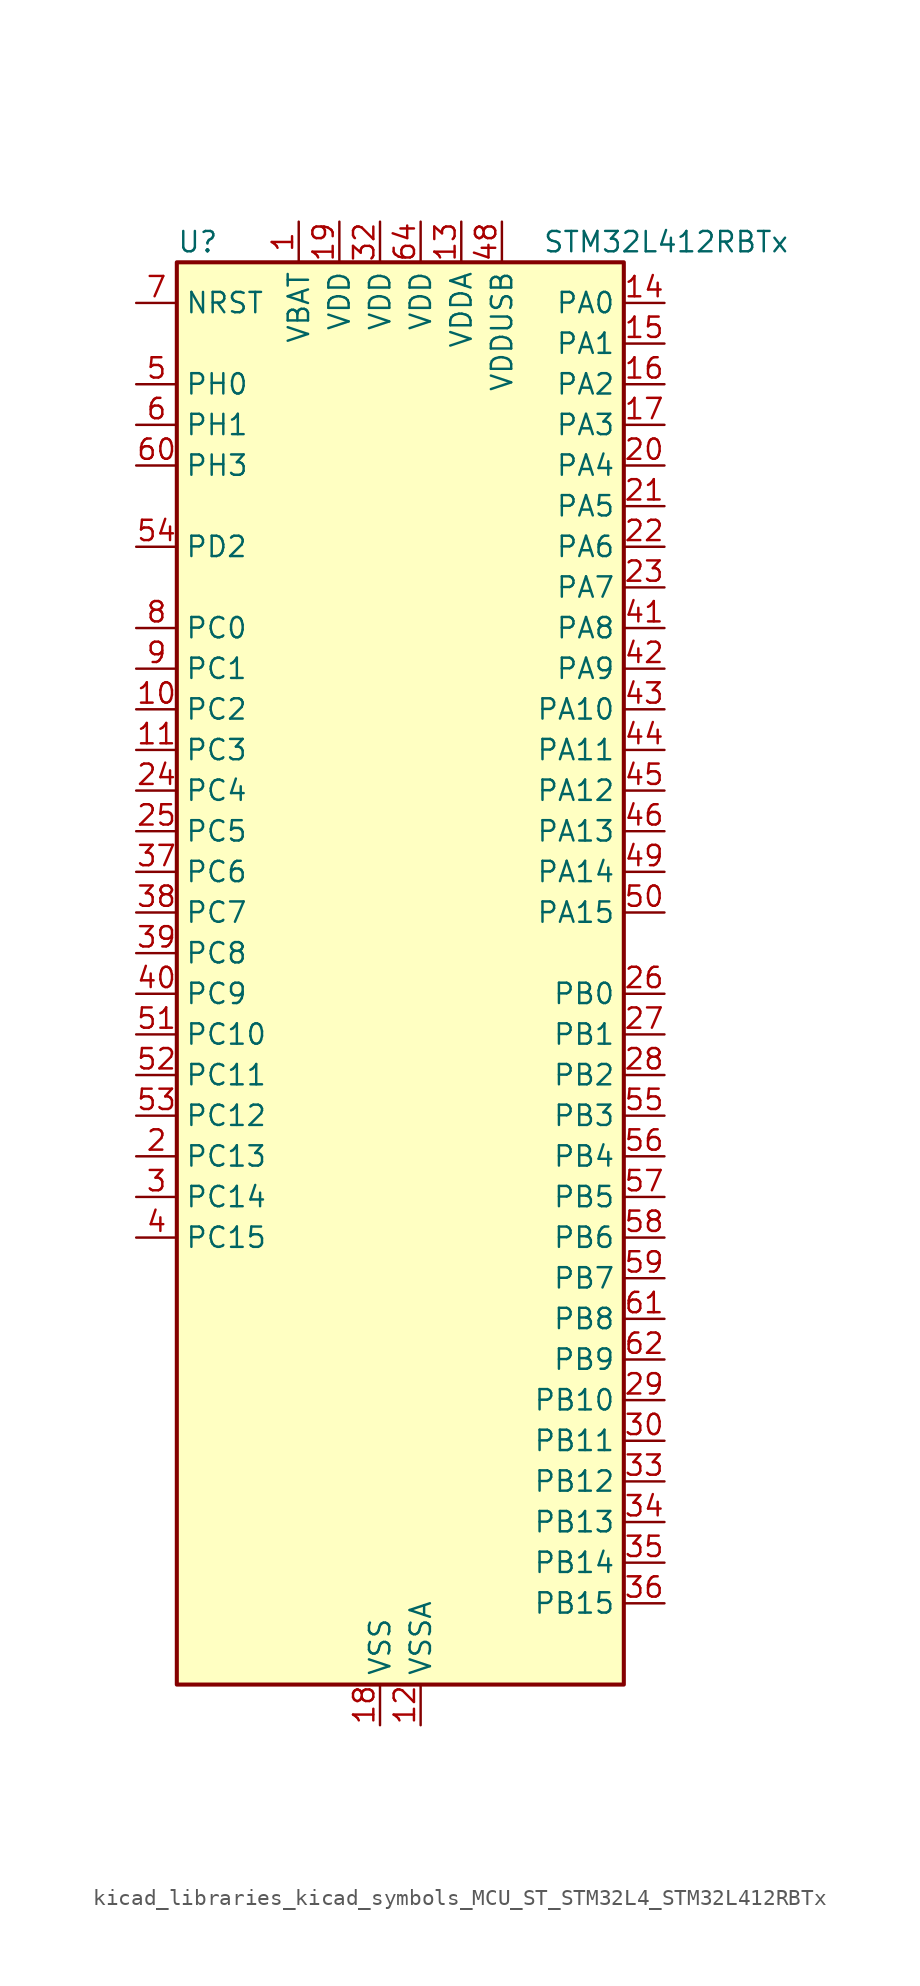
<source format=kicad_sym>
(kicad_symbol_lib
  (version 20220914)
  (generator kicad_symbol_editor)
  (symbol "kicad_libraries_kicad_symbols_MCU_ST_STM32L4_STM32L412RBTx"
    (property "Reference" "U"
      (at -12.7 46.99 0)
      (effects (font (size 1.27 1.27)) (justify left)))
    (property "Value" "STM32L412RBTx"
      (at 10.16 46.99 0)
      (effects (font (size 1.27 1.27)) (justify left)))
    (property "ki_locked" ""
      (at 0 0 0)
      (effects (font (size 1.27 1.27))))
    (symbol "kicad_libraries_kicad_symbols_MCU_ST_STM32L4_STM32L412RBTx_0_1"
      (rectangle (start -12.7 -43.18) (end 15.24 45.72) (stroke (width 0.254) (type default)) (fill (type background))))
    (symbol "kicad_libraries_kicad_symbols_MCU_ST_STM32L4_STM32L412RBTx_1_1"
      (pin power_in line (at -5.08 48.26 270) (length 2.54) (name "VBAT" (effects (font (size 1.27 1.27)))) (number "1" (effects (font (size 1.27 1.27)))))
      (pin bidirectional line (at -15.24 17.78 0) (length 2.54) (name "PC2" (effects (font (size 1.27 1.27)))) (number "10" (effects (font (size 1.27 1.27)))) (alternate "ADC1_IN3" bidirectional line) (alternate "ADC2_IN3" bidirectional line) (alternate "LPTIM1_IN2" bidirectional line) (alternate "SPI2_MISO" bidirectional line))
      (pin bidirectional line (at -15.24 15.24 0) (length 2.54) (name "PC3" (effects (font (size 1.27 1.27)))) (number "11" (effects (font (size 1.27 1.27)))) (alternate "ADC1_IN4" bidirectional line) (alternate "ADC2_IN4" bidirectional line) (alternate "LPTIM1_ETR" bidirectional line) (alternate "LPTIM2_ETR" bidirectional line) (alternate "SPI2_MOSI" bidirectional line))
      (pin power_in line (at 2.54 -45.72 90) (length 2.54) (name "VSSA" (effects (font (size 1.27 1.27)))) (number "12" (effects (font (size 1.27 1.27)))))
      (pin power_in line (at 5.08 48.26 270) (length 2.54) (name "VDDA" (effects (font (size 1.27 1.27)))) (number "13" (effects (font (size 1.27 1.27)))))
      (pin bidirectional line (at 17.78 43.18 180) (length 2.54) (name "PA0" (effects (font (size 1.27 1.27)))) (number "14" (effects (font (size 1.27 1.27)))) (alternate "ADC1_IN5" bidirectional line) (alternate "COMP1_INM" bidirectional line) (alternate "COMP1_OUT" bidirectional line) (alternate "OPAMP1_VINP" bidirectional line) (alternate "RTC_TAMP2" bidirectional line) (alternate "SYS_WKUP1" bidirectional line) (alternate "TIM2_CH1" bidirectional line) (alternate "TIM2_ETR" bidirectional line) (alternate "USART2_CTS" bidirectional line))
      (pin bidirectional line (at 17.78 40.64 180) (length 2.54) (name "PA1" (effects (font (size 1.27 1.27)))) (number "15" (effects (font (size 1.27 1.27)))) (alternate "ADC1_IN6" bidirectional line) (alternate "COMP1_INP" bidirectional line) (alternate "I2C1_SMBA" bidirectional line) (alternate "OPAMP1_VINM" bidirectional line) (alternate "SPI1_SCK" bidirectional line) (alternate "TIM15_CH1N" bidirectional line) (alternate "TIM2_CH2" bidirectional line) (alternate "USART2_DE" bidirectional line) (alternate "USART2_RTS" bidirectional line))
      (pin bidirectional line (at 17.78 38.1 180) (length 2.54) (name "PA2" (effects (font (size 1.27 1.27)))) (number "16" (effects (font (size 1.27 1.27)))) (alternate "ADC1_IN7" bidirectional line) (alternate "ADC2_IN7" bidirectional line) (alternate "LPUART1_TX" bidirectional line) (alternate "QUADSPI_BK1_NCS" bidirectional line) (alternate "RCC_LSCO" bidirectional line) (alternate "SYS_WKUP4" bidirectional line) (alternate "TIM15_CH1" bidirectional line) (alternate "TIM2_CH3" bidirectional line) (alternate "USART2_TX" bidirectional line))
      (pin bidirectional line (at 17.78 35.56 180) (length 2.54) (name "PA3" (effects (font (size 1.27 1.27)))) (number "17" (effects (font (size 1.27 1.27)))) (alternate "ADC1_IN8" bidirectional line) (alternate "ADC2_IN8" bidirectional line) (alternate "LPUART1_RX" bidirectional line) (alternate "OPAMP1_VOUT" bidirectional line) (alternate "QUADSPI_CLK" bidirectional line) (alternate "TIM15_CH2" bidirectional line) (alternate "TIM2_CH4" bidirectional line) (alternate "USART2_RX" bidirectional line))
      (pin power_in line (at 0 -45.72 90) (length 2.54) (name "VSS" (effects (font (size 1.27 1.27)))) (number "18" (effects (font (size 1.27 1.27)))))
      (pin power_in line (at -2.54 48.26 270) (length 2.54) (name "VDD" (effects (font (size 1.27 1.27)))) (number "19" (effects (font (size 1.27 1.27)))))
      (pin bidirectional line (at -15.24 -10.16 0) (length 2.54) (name "PC13" (effects (font (size 1.27 1.27)))) (number "2" (effects (font (size 1.27 1.27)))) (alternate "RTC_OUT_ALARM" bidirectional line) (alternate "RTC_OUT_CALIB" bidirectional line) (alternate "RTC_TAMP1" bidirectional line) (alternate "RTC_TS" bidirectional line) (alternate "SYS_WKUP2" bidirectional line))
      (pin bidirectional line (at 17.78 33.02 180) (length 2.54) (name "PA4" (effects (font (size 1.27 1.27)))) (number "20" (effects (font (size 1.27 1.27)))) (alternate "ADC1_IN9" bidirectional line) (alternate "ADC2_IN9" bidirectional line) (alternate "COMP1_INM" bidirectional line) (alternate "LPTIM2_OUT" bidirectional line) (alternate "SPI1_NSS" bidirectional line) (alternate "USART2_CK" bidirectional line))
      (pin bidirectional line (at 17.78 30.48 180) (length 2.54) (name "PA5" (effects (font (size 1.27 1.27)))) (number "21" (effects (font (size 1.27 1.27)))) (alternate "ADC1_IN10" bidirectional line) (alternate "ADC2_IN10" bidirectional line) (alternate "COMP1_INM" bidirectional line) (alternate "LPTIM2_ETR" bidirectional line) (alternate "SPI1_SCK" bidirectional line) (alternate "TIM2_CH1" bidirectional line) (alternate "TIM2_ETR" bidirectional line))
      (pin bidirectional line (at 17.78 27.94 180) (length 2.54) (name "PA6" (effects (font (size 1.27 1.27)))) (number "22" (effects (font (size 1.27 1.27)))) (alternate "ADC1_IN11" bidirectional line) (alternate "ADC2_IN11" bidirectional line) (alternate "COMP1_OUT" bidirectional line) (alternate "LPUART1_CTS" bidirectional line) (alternate "QUADSPI_BK1_IO3" bidirectional line) (alternate "SPI1_MISO" bidirectional line) (alternate "TIM16_CH1" bidirectional line) (alternate "TIM1_BKIN" bidirectional line) (alternate "USART3_CTS" bidirectional line))
      (pin bidirectional line (at 17.78 25.4 180) (length 2.54) (name "PA7" (effects (font (size 1.27 1.27)))) (number "23" (effects (font (size 1.27 1.27)))) (alternate "ADC1_IN12" bidirectional line) (alternate "ADC2_IN12" bidirectional line) (alternate "I2C3_SCL" bidirectional line) (alternate "QUADSPI_BK1_IO2" bidirectional line) (alternate "SPI1_MOSI" bidirectional line) (alternate "TIM1_CH1N" bidirectional line))
      (pin bidirectional line (at -15.24 12.7 0) (length 2.54) (name "PC4" (effects (font (size 1.27 1.27)))) (number "24" (effects (font (size 1.27 1.27)))) (alternate "ADC1_IN13" bidirectional line) (alternate "ADC2_IN13" bidirectional line) (alternate "COMP1_INM" bidirectional line) (alternate "USART3_TX" bidirectional line))
      (pin bidirectional line (at -15.24 10.16 0) (length 2.54) (name "PC5" (effects (font (size 1.27 1.27)))) (number "25" (effects (font (size 1.27 1.27)))) (alternate "ADC1_IN14" bidirectional line) (alternate "ADC2_IN14" bidirectional line) (alternate "COMP1_INP" bidirectional line) (alternate "SYS_WKUP5" bidirectional line) (alternate "USART3_RX" bidirectional line))
      (pin bidirectional line (at 17.78 0 180) (length 2.54) (name "PB0" (effects (font (size 1.27 1.27)))) (number "26" (effects (font (size 1.27 1.27)))) (alternate "ADC1_IN15" bidirectional line) (alternate "ADC2_IN15" bidirectional line) (alternate "COMP1_OUT" bidirectional line) (alternate "QUADSPI_BK1_IO1" bidirectional line) (alternate "SPI1_NSS" bidirectional line) (alternate "SYS_TRACED0" bidirectional line) (alternate "TIM1_CH2N" bidirectional line) (alternate "USART3_CK" bidirectional line))
      (pin bidirectional line (at 17.78 -2.54 180) (length 2.54) (name "PB1" (effects (font (size 1.27 1.27)))) (number "27" (effects (font (size 1.27 1.27)))) (alternate "ADC1_IN16" bidirectional line) (alternate "ADC2_IN16" bidirectional line) (alternate "COMP1_INM" bidirectional line) (alternate "LPTIM2_IN1" bidirectional line) (alternate "LPUART1_DE" bidirectional line) (alternate "LPUART1_RTS" bidirectional line) (alternate "QUADSPI_BK1_IO0" bidirectional line) (alternate "SYS_TRACED1" bidirectional line) (alternate "TIM1_CH3N" bidirectional line) (alternate "USART3_DE" bidirectional line) (alternate "USART3_RTS" bidirectional line))
      (pin bidirectional line (at 17.78 -5.08 180) (length 2.54) (name "PB2" (effects (font (size 1.27 1.27)))) (number "28" (effects (font (size 1.27 1.27)))) (alternate "COMP1_INP" bidirectional line) (alternate "I2C3_SMBA" bidirectional line) (alternate "LPTIM1_OUT" bidirectional line) (alternate "RTC_OUT_ALARM" bidirectional line) (alternate "RTC_OUT_CALIB" bidirectional line))
      (pin bidirectional line (at 17.78 -25.4 180) (length 2.54) (name "PB10" (effects (font (size 1.27 1.27)))) (number "29" (effects (font (size 1.27 1.27)))) (alternate "COMP1_OUT" bidirectional line) (alternate "I2C2_SCL" bidirectional line) (alternate "LPUART1_RX" bidirectional line) (alternate "QUADSPI_CLK" bidirectional line) (alternate "SPI2_SCK" bidirectional line) (alternate "TIM2_CH3" bidirectional line) (alternate "TSC_SYNC" bidirectional line) (alternate "USART3_TX" bidirectional line))
      (pin bidirectional line (at -15.24 -12.7 0) (length 2.54) (name "PC14" (effects (font (size 1.27 1.27)))) (number "3" (effects (font (size 1.27 1.27)))) (alternate "RCC_OSC32_IN" bidirectional line))
      (pin bidirectional line (at 17.78 -27.94 180) (length 2.54) (name "PB11" (effects (font (size 1.27 1.27)))) (number "30" (effects (font (size 1.27 1.27)))) (alternate "ADC1_EXTI11" bidirectional line) (alternate "ADC2_EXTI11" bidirectional line) (alternate "I2C2_SDA" bidirectional line) (alternate "LPUART1_TX" bidirectional line) (alternate "QUADSPI_BK1_NCS" bidirectional line) (alternate "TIM2_CH4" bidirectional line) (alternate "USART3_RX" bidirectional line))
      (pin passive line (at 0 -45.72 90) (length 2.54) hide (name "VSS" (effects (font (size 1.27 1.27)))) (number "31" (effects (font (size 1.27 1.27)))))
      (pin power_in line (at 0 48.26 270) (length 2.54) (name "VDD" (effects (font (size 1.27 1.27)))) (number "32" (effects (font (size 1.27 1.27)))))
      (pin bidirectional line (at 17.78 -30.48 180) (length 2.54) (name "PB12" (effects (font (size 1.27 1.27)))) (number "33" (effects (font (size 1.27 1.27)))) (alternate "I2C2_SMBA" bidirectional line) (alternate "LPUART1_DE" bidirectional line) (alternate "LPUART1_RTS" bidirectional line) (alternate "SPI2_NSS" bidirectional line) (alternate "TIM15_BKIN" bidirectional line) (alternate "TIM1_BKIN" bidirectional line) (alternate "TSC_G1_IO1" bidirectional line) (alternate "USART3_CK" bidirectional line))
      (pin bidirectional line (at 17.78 -33.02 180) (length 2.54) (name "PB13" (effects (font (size 1.27 1.27)))) (number "34" (effects (font (size 1.27 1.27)))) (alternate "I2C2_SCL" bidirectional line) (alternate "LPUART1_CTS" bidirectional line) (alternate "SPI2_SCK" bidirectional line) (alternate "TIM15_CH1N" bidirectional line) (alternate "TIM1_CH1N" bidirectional line) (alternate "TSC_G1_IO2" bidirectional line) (alternate "USART3_CTS" bidirectional line))
      (pin bidirectional line (at 17.78 -35.56 180) (length 2.54) (name "PB14" (effects (font (size 1.27 1.27)))) (number "35" (effects (font (size 1.27 1.27)))) (alternate "I2C2_SDA" bidirectional line) (alternate "SPI2_MISO" bidirectional line) (alternate "TIM15_CH1" bidirectional line) (alternate "TIM1_CH2N" bidirectional line) (alternate "TSC_G1_IO3" bidirectional line) (alternate "USART3_DE" bidirectional line) (alternate "USART3_RTS" bidirectional line))
      (pin bidirectional line (at 17.78 -38.1 180) (length 2.54) (name "PB15" (effects (font (size 1.27 1.27)))) (number "36" (effects (font (size 1.27 1.27)))) (alternate "ADC1_EXTI15" bidirectional line) (alternate "ADC2_EXTI15" bidirectional line) (alternate "RTC_REFIN" bidirectional line) (alternate "SPI2_MOSI" bidirectional line) (alternate "TIM15_CH2" bidirectional line) (alternate "TIM1_CH3N" bidirectional line) (alternate "TSC_G1_IO4" bidirectional line))
      (pin bidirectional line (at -15.24 7.62 0) (length 2.54) (name "PC6" (effects (font (size 1.27 1.27)))) (number "37" (effects (font (size 1.27 1.27)))) (alternate "TSC_G4_IO1" bidirectional line))
      (pin bidirectional line (at -15.24 5.08 0) (length 2.54) (name "PC7" (effects (font (size 1.27 1.27)))) (number "38" (effects (font (size 1.27 1.27)))) (alternate "TSC_G4_IO2" bidirectional line))
      (pin bidirectional line (at -15.24 2.54 0) (length 2.54) (name "PC8" (effects (font (size 1.27 1.27)))) (number "39" (effects (font (size 1.27 1.27)))) (alternate "TSC_G4_IO3" bidirectional line))
      (pin bidirectional line (at -15.24 -15.24 0) (length 2.54) (name "PC15" (effects (font (size 1.27 1.27)))) (number "4" (effects (font (size 1.27 1.27)))) (alternate "ADC1_EXTI15" bidirectional line) (alternate "ADC2_EXTI15" bidirectional line) (alternate "RCC_OSC32_OUT" bidirectional line))
      (pin bidirectional line (at -15.24 0 0) (length 2.54) (name "PC9" (effects (font (size 1.27 1.27)))) (number "40" (effects (font (size 1.27 1.27)))) (alternate "TSC_G4_IO4" bidirectional line) (alternate "USB_NOE" bidirectional line))
      (pin bidirectional line (at 17.78 22.86 180) (length 2.54) (name "PA8" (effects (font (size 1.27 1.27)))) (number "41" (effects (font (size 1.27 1.27)))) (alternate "LPTIM2_OUT" bidirectional line) (alternate "RCC_MCO" bidirectional line) (alternate "TIM1_CH1" bidirectional line) (alternate "USART1_CK" bidirectional line))
      (pin bidirectional line (at 17.78 20.32 180) (length 2.54) (name "PA9" (effects (font (size 1.27 1.27)))) (number "42" (effects (font (size 1.27 1.27)))) (alternate "I2C1_SCL" bidirectional line) (alternate "TIM15_BKIN" bidirectional line) (alternate "TIM1_CH2" bidirectional line) (alternate "USART1_TX" bidirectional line))
      (pin bidirectional line (at 17.78 17.78 180) (length 2.54) (name "PA10" (effects (font (size 1.27 1.27)))) (number "43" (effects (font (size 1.27 1.27)))) (alternate "CRS_SYNC" bidirectional line) (alternate "I2C1_SDA" bidirectional line) (alternate "TIM1_CH3" bidirectional line) (alternate "USART1_RX" bidirectional line))
      (pin bidirectional line (at 17.78 15.24 180) (length 2.54) (name "PA11" (effects (font (size 1.27 1.27)))) (number "44" (effects (font (size 1.27 1.27)))) (alternate "ADC1_EXTI11" bidirectional line) (alternate "ADC2_EXTI11" bidirectional line) (alternate "COMP1_OUT" bidirectional line) (alternate "SPI1_MISO" bidirectional line) (alternate "TIM1_BKIN2" bidirectional line) (alternate "TIM1_BKIN2_COMP1" bidirectional line) (alternate "TIM1_CH4" bidirectional line) (alternate "USART1_CTS" bidirectional line) (alternate "USB_DM" bidirectional line))
      (pin bidirectional line (at 17.78 12.7 180) (length 2.54) (name "PA12" (effects (font (size 1.27 1.27)))) (number "45" (effects (font (size 1.27 1.27)))) (alternate "SPI1_MOSI" bidirectional line) (alternate "TIM1_ETR" bidirectional line) (alternate "USART1_DE" bidirectional line) (alternate "USART1_RTS" bidirectional line) (alternate "USB_DP" bidirectional line))
      (pin bidirectional line (at 17.78 10.16 180) (length 2.54) (name "PA13" (effects (font (size 1.27 1.27)))) (number "46" (effects (font (size 1.27 1.27)))) (alternate "IR_OUT" bidirectional line) (alternate "SYS_JTMS-SWDIO" bidirectional line) (alternate "USB_NOE" bidirectional line))
      (pin passive line (at 0 -45.72 90) (length 2.54) hide (name "VSS" (effects (font (size 1.27 1.27)))) (number "47" (effects (font (size 1.27 1.27)))))
      (pin power_in line (at 7.62 48.26 270) (length 2.54) (name "VDDUSB" (effects (font (size 1.27 1.27)))) (number "48" (effects (font (size 1.27 1.27)))))
      (pin bidirectional line (at 17.78 7.62 180) (length 2.54) (name "PA14" (effects (font (size 1.27 1.27)))) (number "49" (effects (font (size 1.27 1.27)))) (alternate "I2C1_SMBA" bidirectional line) (alternate "LPTIM1_OUT" bidirectional line) (alternate "SYS_JTCK-SWCLK" bidirectional line))
      (pin bidirectional line (at -15.24 38.1 0) (length 2.54) (name "PH0" (effects (font (size 1.27 1.27)))) (number "5" (effects (font (size 1.27 1.27)))) (alternate "RCC_OSC_IN" bidirectional line))
      (pin bidirectional line (at 17.78 5.08 180) (length 2.54) (name "PA15" (effects (font (size 1.27 1.27)))) (number "50" (effects (font (size 1.27 1.27)))) (alternate "ADC1_EXTI15" bidirectional line) (alternate "ADC2_EXTI15" bidirectional line) (alternate "SPI1_NSS" bidirectional line) (alternate "SYS_JTDI" bidirectional line) (alternate "TIM2_CH1" bidirectional line) (alternate "TIM2_ETR" bidirectional line) (alternate "TSC_G3_IO1" bidirectional line) (alternate "USART2_RX" bidirectional line) (alternate "USART3_DE" bidirectional line) (alternate "USART3_RTS" bidirectional line))
      (pin bidirectional line (at -15.24 -2.54 0) (length 2.54) (name "PC10" (effects (font (size 1.27 1.27)))) (number "51" (effects (font (size 1.27 1.27)))) (alternate "SYS_TRACED1" bidirectional line) (alternate "TSC_G3_IO2" bidirectional line) (alternate "USART3_TX" bidirectional line))
      (pin bidirectional line (at -15.24 -5.08 0) (length 2.54) (name "PC11" (effects (font (size 1.27 1.27)))) (number "52" (effects (font (size 1.27 1.27)))) (alternate "ADC1_EXTI11" bidirectional line) (alternate "ADC2_EXTI11" bidirectional line) (alternate "TSC_G3_IO3" bidirectional line) (alternate "USART3_RX" bidirectional line))
      (pin bidirectional line (at -15.24 -7.62 0) (length 2.54) (name "PC12" (effects (font (size 1.27 1.27)))) (number "53" (effects (font (size 1.27 1.27)))) (alternate "SYS_TRACED3" bidirectional line) (alternate "TSC_G3_IO4" bidirectional line) (alternate "USART3_CK" bidirectional line))
      (pin bidirectional line (at -15.24 27.94 0) (length 2.54) (name "PD2" (effects (font (size 1.27 1.27)))) (number "54" (effects (font (size 1.27 1.27)))) (alternate "SYS_TRACED2" bidirectional line) (alternate "TSC_SYNC" bidirectional line) (alternate "USART3_DE" bidirectional line) (alternate "USART3_RTS" bidirectional line))
      (pin bidirectional line (at 17.78 -7.62 180) (length 2.54) (name "PB3" (effects (font (size 1.27 1.27)))) (number "55" (effects (font (size 1.27 1.27)))) (alternate "SPI1_SCK" bidirectional line) (alternate "SYS_JTDO-SWO" bidirectional line) (alternate "TIM2_CH2" bidirectional line) (alternate "USART1_DE" bidirectional line) (alternate "USART1_RTS" bidirectional line))
      (pin bidirectional line (at 17.78 -10.16 180) (length 2.54) (name "PB4" (effects (font (size 1.27 1.27)))) (number "56" (effects (font (size 1.27 1.27)))) (alternate "I2C3_SDA" bidirectional line) (alternate "SPI1_MISO" bidirectional line) (alternate "SYS_JTRST" bidirectional line) (alternate "TSC_G2_IO1" bidirectional line) (alternate "USART1_CTS" bidirectional line))
      (pin bidirectional line (at 17.78 -12.7 180) (length 2.54) (name "PB5" (effects (font (size 1.27 1.27)))) (number "57" (effects (font (size 1.27 1.27)))) (alternate "I2C1_SMBA" bidirectional line) (alternate "LPTIM1_IN1" bidirectional line) (alternate "SPI1_MOSI" bidirectional line) (alternate "SYS_TRACED2" bidirectional line) (alternate "TIM16_BKIN" bidirectional line) (alternate "TSC_G2_IO2" bidirectional line) (alternate "USART1_CK" bidirectional line))
      (pin bidirectional line (at 17.78 -15.24 180) (length 2.54) (name "PB6" (effects (font (size 1.27 1.27)))) (number "58" (effects (font (size 1.27 1.27)))) (alternate "I2C1_SCL" bidirectional line) (alternate "LPTIM1_ETR" bidirectional line) (alternate "SYS_TRACED3" bidirectional line) (alternate "TIM16_CH1N" bidirectional line) (alternate "TSC_G2_IO3" bidirectional line) (alternate "USART1_TX" bidirectional line))
      (pin bidirectional line (at 17.78 -17.78 180) (length 2.54) (name "PB7" (effects (font (size 1.27 1.27)))) (number "59" (effects (font (size 1.27 1.27)))) (alternate "I2C1_SDA" bidirectional line) (alternate "LPTIM1_IN2" bidirectional line) (alternate "SYS_PVD_IN" bidirectional line) (alternate "SYS_TRACECLK" bidirectional line) (alternate "TSC_G2_IO4" bidirectional line) (alternate "USART1_RX" bidirectional line))
      (pin bidirectional line (at -15.24 35.56 0) (length 2.54) (name "PH1" (effects (font (size 1.27 1.27)))) (number "6" (effects (font (size 1.27 1.27)))) (alternate "RCC_OSC_OUT" bidirectional line))
      (pin bidirectional line (at -15.24 33.02 0) (length 2.54) (name "PH3" (effects (font (size 1.27 1.27)))) (number "60" (effects (font (size 1.27 1.27)))))
      (pin bidirectional line (at 17.78 -20.32 180) (length 2.54) (name "PB8" (effects (font (size 1.27 1.27)))) (number "61" (effects (font (size 1.27 1.27)))) (alternate "I2C1_SCL" bidirectional line) (alternate "TIM16_CH1" bidirectional line))
      (pin bidirectional line (at 17.78 -22.86 180) (length 2.54) (name "PB9" (effects (font (size 1.27 1.27)))) (number "62" (effects (font (size 1.27 1.27)))) (alternate "I2C1_SDA" bidirectional line) (alternate "IR_OUT" bidirectional line) (alternate "SPI2_NSS" bidirectional line))
      (pin passive line (at 0 -45.72 90) (length 2.54) hide (name "VSS" (effects (font (size 1.27 1.27)))) (number "63" (effects (font (size 1.27 1.27)))))
      (pin power_in line (at 2.54 48.26 270) (length 2.54) (name "VDD" (effects (font (size 1.27 1.27)))) (number "64" (effects (font (size 1.27 1.27)))))
      (pin input line (at -15.24 43.18 0) (length 2.54) (name "NRST" (effects (font (size 1.27 1.27)))) (number "7" (effects (font (size 1.27 1.27)))))
      (pin bidirectional line (at -15.24 22.86 0) (length 2.54) (name "PC0" (effects (font (size 1.27 1.27)))) (number "8" (effects (font (size 1.27 1.27)))) (alternate "ADC1_IN1" bidirectional line) (alternate "ADC2_IN1" bidirectional line) (alternate "I2C3_SCL" bidirectional line) (alternate "LPTIM1_IN1" bidirectional line) (alternate "LPTIM2_IN1" bidirectional line) (alternate "LPUART1_RX" bidirectional line) (alternate "SYS_TRACECLK" bidirectional line))
      (pin bidirectional line (at -15.24 20.32 0) (length 2.54) (name "PC1" (effects (font (size 1.27 1.27)))) (number "9" (effects (font (size 1.27 1.27)))) (alternate "ADC1_IN2" bidirectional line) (alternate "ADC2_IN2" bidirectional line) (alternate "I2C3_SDA" bidirectional line) (alternate "LPTIM1_OUT" bidirectional line) (alternate "LPUART1_TX" bidirectional line) (alternate "SYS_TRACED0" bidirectional line)))))
</source>
